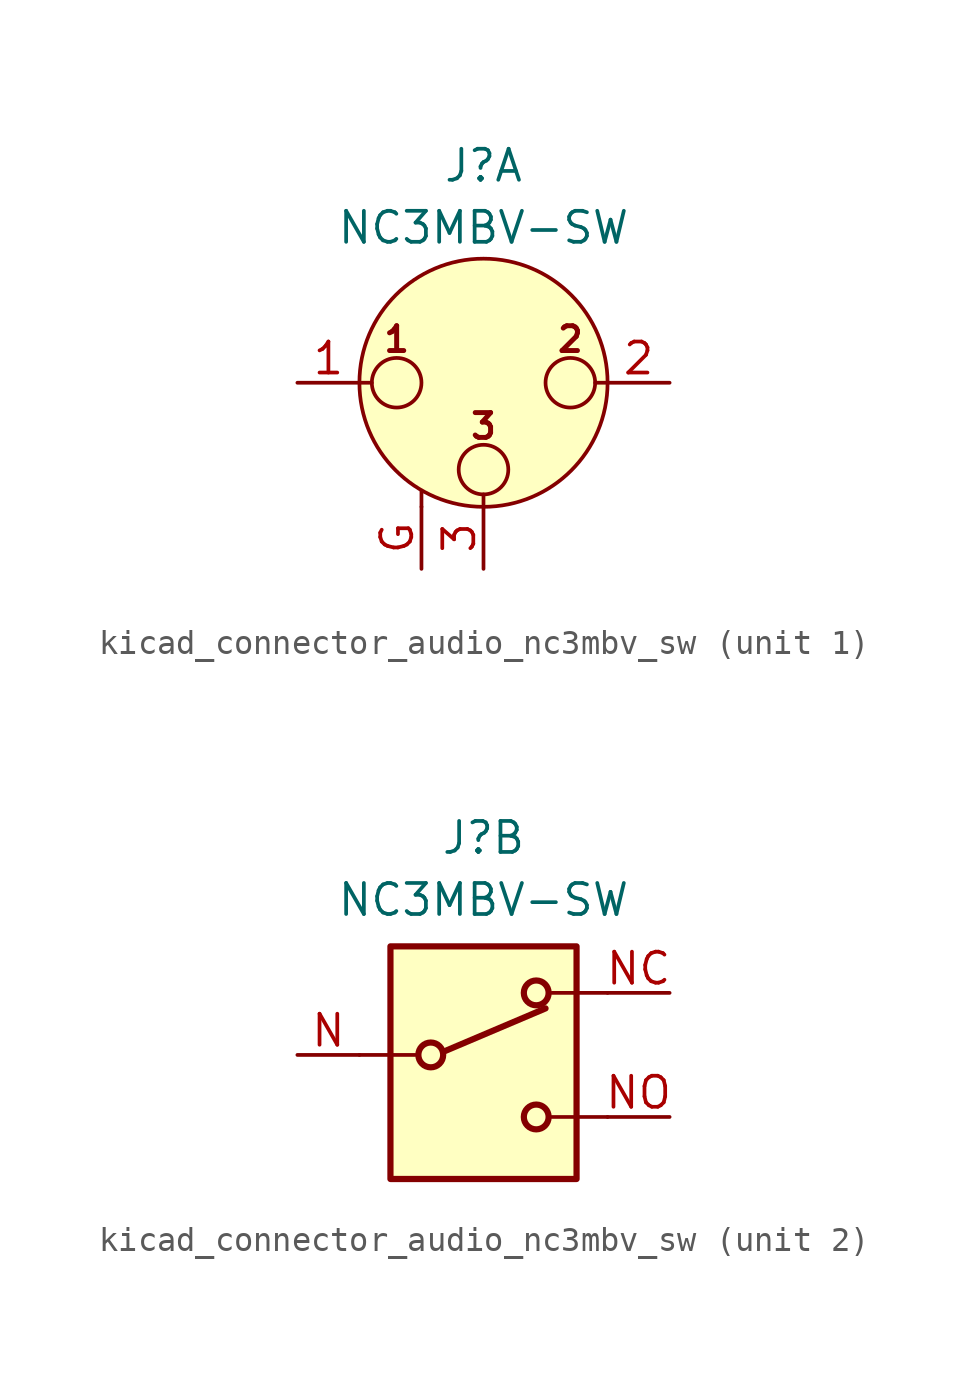
<source format=kicad_sym>
(kicad_symbol_lib
  (version 20220914)
  (generator kicad_symbol_editor)
  (symbol "kicad_connector_audio_nc3mbv_sw"
    (pin_names hide)
    (property "Reference" "J"
      (at 0 8.89 0)
      (effects (font (size 1.27 1.27))))
    (property "Value" "NC3MBV-SW"
      (at 0 6.35 0)
      (effects (font (size 1.27 1.27))))
    (symbol "kicad_connector_audio_nc3mbv_sw_1_1"
      (circle (center -3.556 0) (radius 1.016) (stroke (width 0) (type default)) (fill (type none)))
      (circle (center 0 -3.556) (radius 1.016) (stroke (width 0) (type default)) (fill (type none)))
      (polyline (pts (xy -5.08 0) (xy -4.572 0)) (stroke (width 0) (type default)) (fill (type none)))
      (polyline (pts (xy -2.54 -5.08) (xy -2.54 -4.445)) (stroke (width 0) (type default)) (fill (type none)))
      (polyline (pts (xy 0 -5.08) (xy 0 -4.572)) (stroke (width 0) (type default)) (fill (type none)))
      (polyline (pts (xy 5.08 0) (xy 4.572 0)) (stroke (width 0) (type default)) (fill (type none)))
      (circle (center 0 0) (radius 5.08) (stroke (width 0) (type default)) (fill (type background)))
      (circle (center 3.556 0) (radius 1.016) (stroke (width 0) (type default)) (fill (type none)))
      (text "1" (at -3.556 1.778 0) (effects (font (size 1.016 1.016) bold)))
      (text "2" (at 3.556 1.778 0) (effects (font (size 1.016 1.016) bold)))
      (text "3" (at 0 -1.778 0) (effects (font (size 1.016 1.016) bold)))
      (pin passive line (at -7.62 0 0) (length 2.54) (name "~" (effects (font (size 1.27 1.27)))) (number "1" (effects (font (size 1.27 1.27)))))
      (pin passive line (at 7.62 0 180) (length 2.54) (name "~" (effects (font (size 1.27 1.27)))) (number "2" (effects (font (size 1.27 1.27)))))
      (pin passive line (at 0 -7.62 90) (length 2.54) (name "~" (effects (font (size 1.27 1.27)))) (number "3" (effects (font (size 1.27 1.27)))))
      (pin passive line (at -2.54 -7.62 90) (length 2.54) (name "~" (effects (font (size 1.27 1.27)))) (number "G" (effects (font (size 1.27 1.27))))))
    (symbol "kicad_connector_audio_nc3mbv_sw_2_1"
      (rectangle (start -3.81 4.445) (end 3.81 -5.08) (stroke (width 0.254) (type default)) (fill (type background)))
      (circle (center -2.159 0) (radius 0.508) (stroke (width 0.254) (type default)) (fill (type none)))
      (polyline (pts (xy -5.08 0) (xy -2.794 0)) (stroke (width 0) (type default)) (fill (type none)))
      (polyline (pts (xy -1.651 0.127) (xy 2.54 1.905)) (stroke (width 0.254) (type default)) (fill (type none)))
      (polyline (pts (xy 5.08 -2.54) (xy 2.794 -2.54)) (stroke (width 0) (type default)) (fill (type none)))
      (polyline (pts (xy 5.08 2.54) (xy 2.794 2.54)) (stroke (width 0) (type default)) (fill (type none)))
      (circle (center 2.159 -2.54) (radius 0.508) (stroke (width 0.254) (type default)) (fill (type none)))
      (circle (center 2.159 2.54) (radius 0.508) (stroke (width 0.254) (type default)) (fill (type none)))
      (pin passive line (at -7.62 0 0) (length 2.54) (name "~" (effects (font (size 1.27 1.27)))) (number "N" (effects (font (size 1.27 1.27)))))
      (pin passive line (at 7.62 2.54 180) (length 2.54) (name "~" (effects (font (size 1.27 1.27)))) (number "NC" (effects (font (size 1.27 1.27)))))
      (pin passive line (at 7.62 -2.54 180) (length 2.54) (name "~" (effects (font (size 1.27 1.27)))) (number "NO" (effects (font (size 1.27 1.27))))))))
</source>
